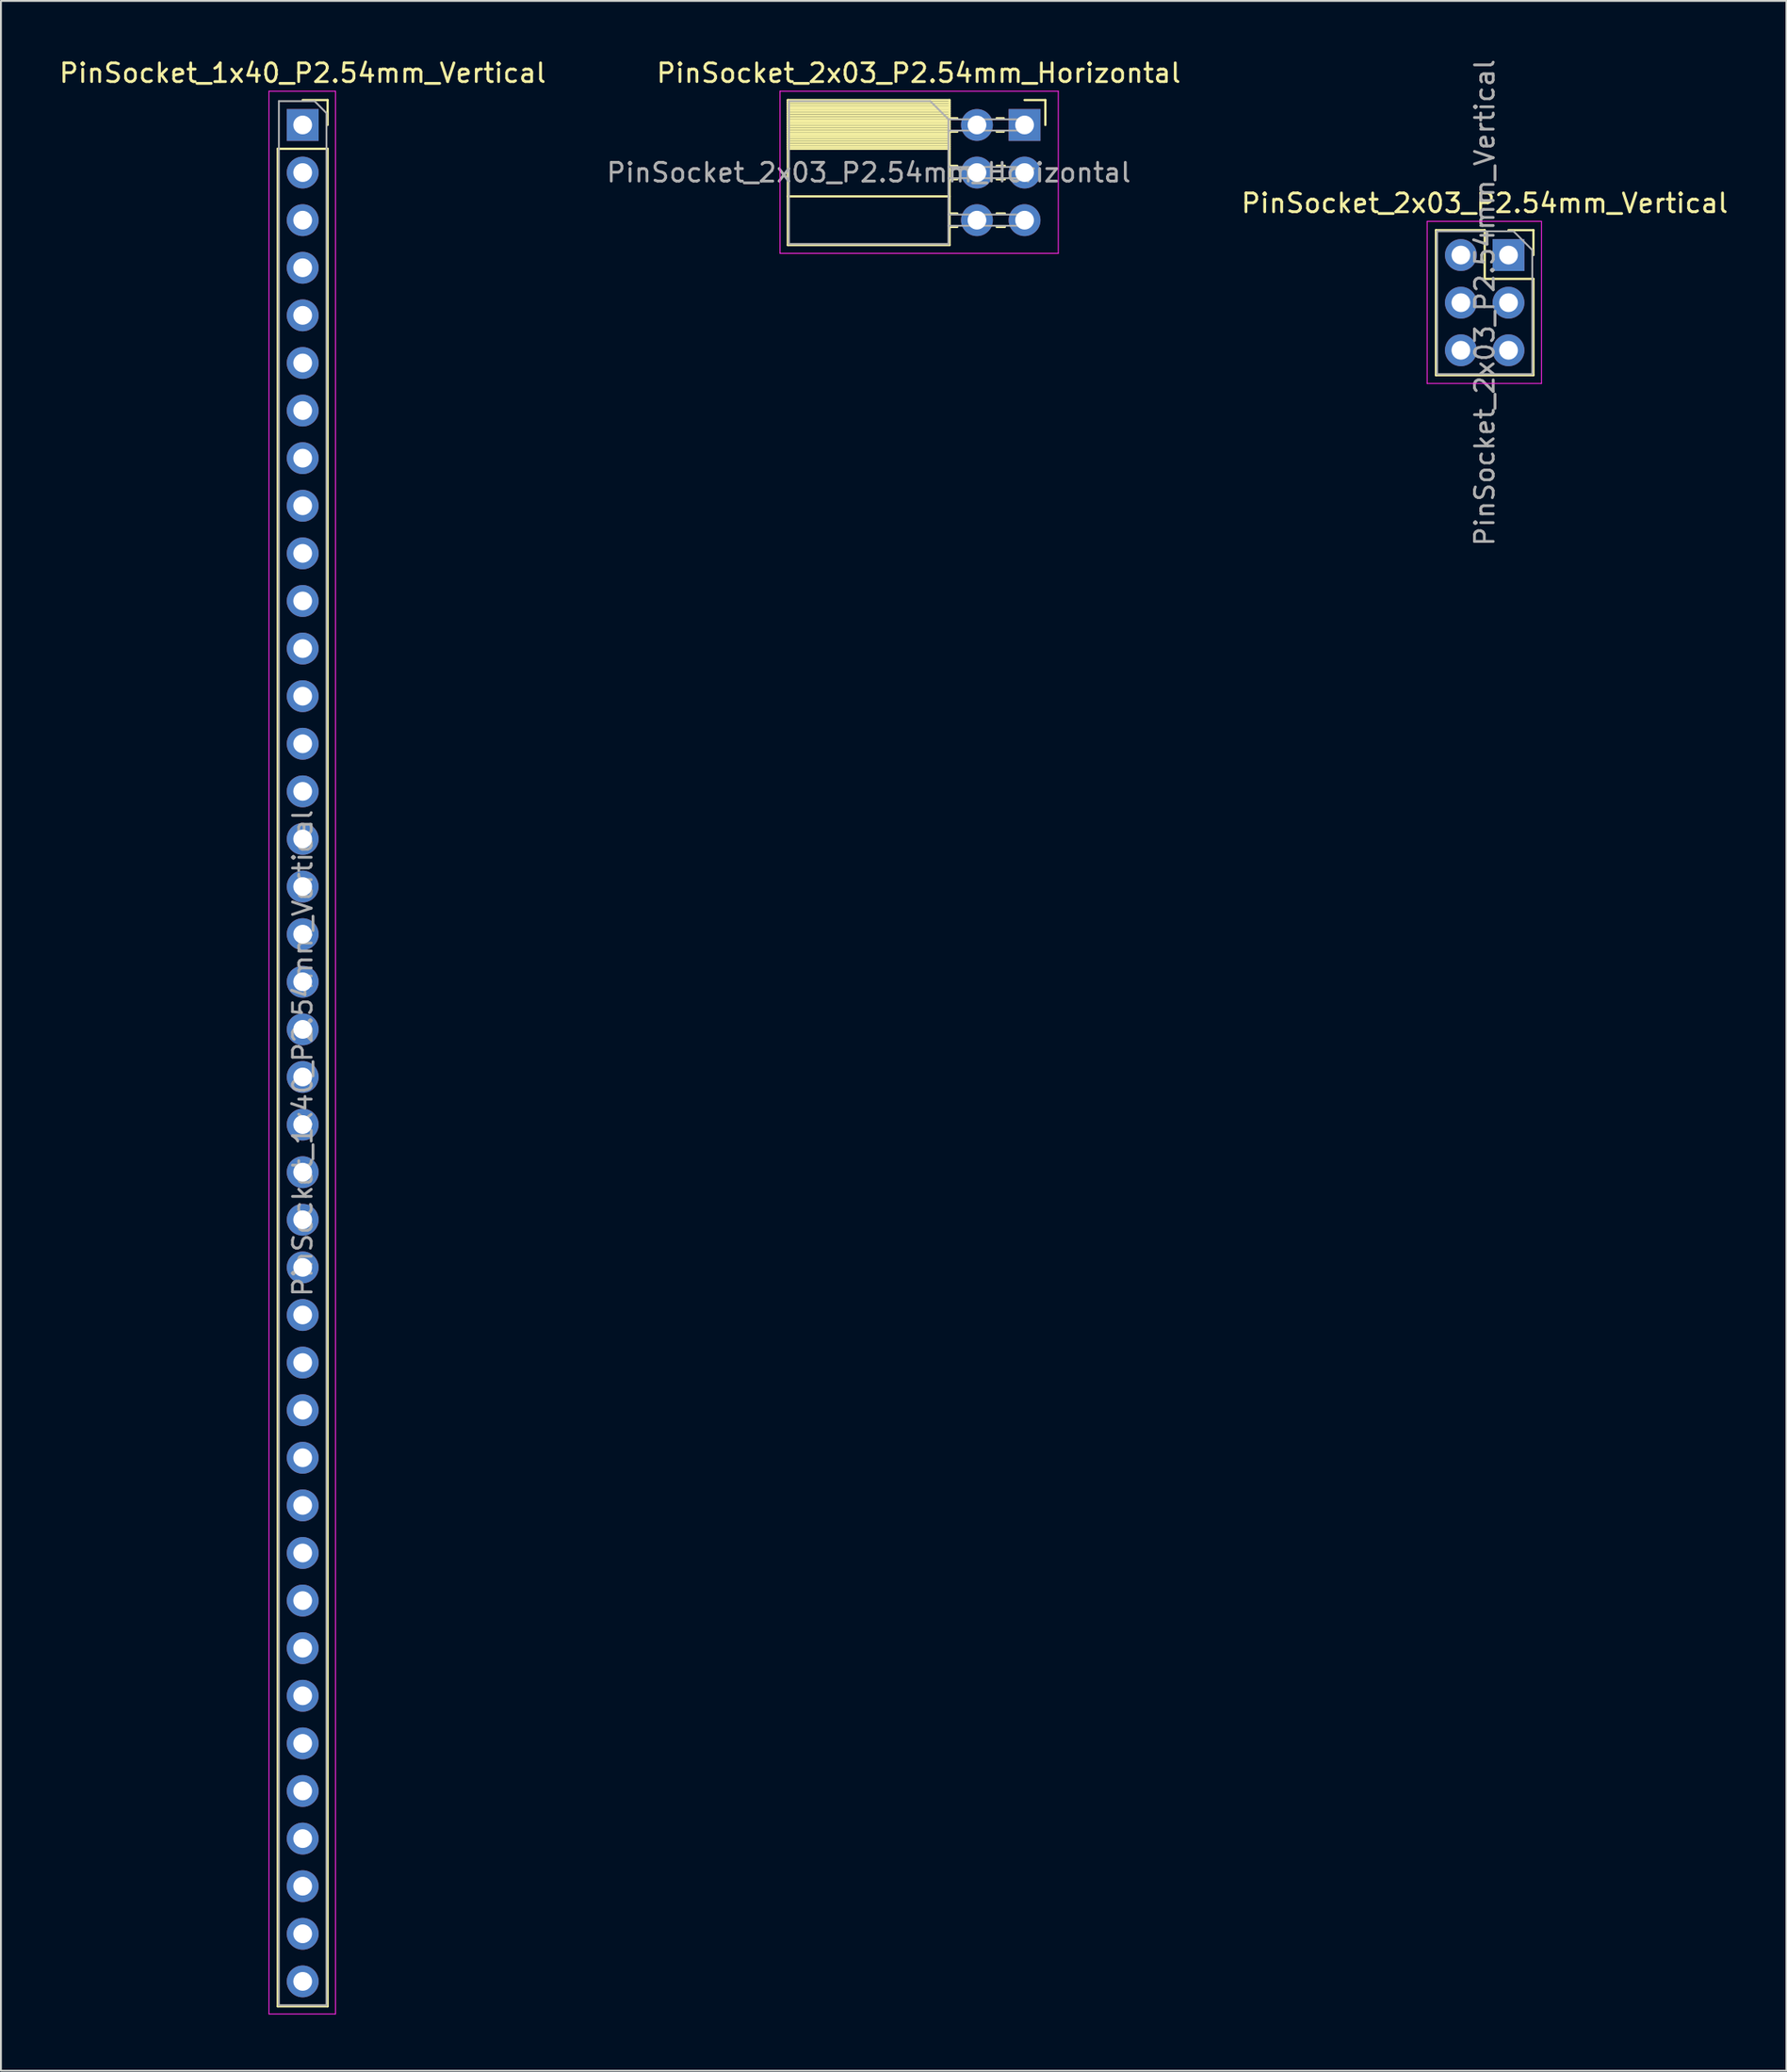
<source format=kicad_pcb>
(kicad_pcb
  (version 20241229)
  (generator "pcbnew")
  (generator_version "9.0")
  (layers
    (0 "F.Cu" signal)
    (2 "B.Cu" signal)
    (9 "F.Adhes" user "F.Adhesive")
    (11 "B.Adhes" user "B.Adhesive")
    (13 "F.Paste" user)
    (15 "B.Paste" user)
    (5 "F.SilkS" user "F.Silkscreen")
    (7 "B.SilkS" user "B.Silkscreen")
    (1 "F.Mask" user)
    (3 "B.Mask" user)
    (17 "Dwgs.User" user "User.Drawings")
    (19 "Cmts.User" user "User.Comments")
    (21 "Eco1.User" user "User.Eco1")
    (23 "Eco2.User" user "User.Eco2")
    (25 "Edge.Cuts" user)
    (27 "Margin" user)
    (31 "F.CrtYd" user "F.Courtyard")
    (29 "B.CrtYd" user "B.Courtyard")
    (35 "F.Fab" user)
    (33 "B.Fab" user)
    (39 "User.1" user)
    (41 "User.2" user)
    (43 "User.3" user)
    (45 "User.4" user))
  (footprint "PinSocket_2x03_P2.54mm_Vertical"
    (layer "F.Cu")
    (at 77.441 10.561)
    (property "Reference" "PinSocket_2x03_P2.54mm_Vertical" (at -1.27 -2.77 0) (layer "F.SilkS") (effects (font (size 1 1) (thickness 0.15))))
    (attr through_hole)
    (fp_line (start -3.87 -1.33) (end -3.87 6.41) (stroke (width 0.12) (type solid)) (layer "F.SilkS"))
    (fp_line (start -3.87 -1.33) (end -1.27 -1.33) (stroke (width 0.12) (type solid)) (layer "F.SilkS"))
    (fp_line (start -3.87 6.41) (end 1.33 6.41) (stroke (width 0.12) (type solid)) (layer "F.SilkS"))
    (fp_line (start -1.27 -1.33) (end -1.27 1.27) (stroke (width 0.12) (type solid)) (layer "F.SilkS"))
    (fp_line (start -1.27 1.27) (end 1.33 1.27) (stroke (width 0.12) (type solid)) (layer "F.SilkS"))
    (fp_line (start 0 -1.33) (end 1.33 -1.33) (stroke (width 0.12) (type solid)) (layer "F.SilkS"))
    (fp_line (start 1.33 -1.33) (end 1.33 0) (stroke (width 0.12) (type solid)) (layer "F.SilkS"))
    (fp_line (start 1.33 1.27) (end 1.33 6.41) (stroke (width 0.12) (type solid)) (layer "F.SilkS"))
    (fp_line (start -4.34 -1.8) (end 1.76 -1.8) (stroke (width 0.05) (type solid)) (layer "F.CrtYd"))
    (fp_line (start -4.34 6.85) (end -4.34 -1.8) (stroke (width 0.05) (type solid)) (layer "F.CrtYd"))
    (fp_line (start 1.76 -1.8) (end 1.76 6.85) (stroke (width 0.05) (type solid)) (layer "F.CrtYd"))
    (fp_line (start 1.76 6.85) (end -4.34 6.85) (stroke (width 0.05) (type solid)) (layer "F.CrtYd"))
    (fp_line (start -3.81 -1.27) (end 0.27 -1.27) (stroke (width 0.1) (type solid)) (layer "F.Fab"))
    (fp_line (start -3.81 6.35) (end -3.81 -1.27) (stroke (width 0.1) (type solid)) (layer "F.Fab"))
    (fp_line (start 0.27 -1.27) (end 1.27 -0.27) (stroke (width 0.1) (type solid)) (layer "F.Fab"))
    (fp_line (start 1.27 -0.27) (end 1.27 6.35) (stroke (width 0.1) (type solid)) (layer "F.Fab"))
    (fp_line (start 1.27 6.35) (end -3.81 6.35) (stroke (width 0.1) (type solid)) (layer "F.Fab"))
    (fp_text user "${REFERENCE}" (at -1.27 2.54 90) (layer "F.Fab") (effects (font (size 1 1) (thickness 0.15))))
    (pad "1" thru_hole rect (at 0 0) (size 1.7 1.7) (drill 1) (layers "*.Cu" "*.Mask"))
    (pad "2" thru_hole oval (at -2.54 0) (size 1.7 1.7) (drill 1) (layers "*.Cu" "*.Mask"))
    (pad "3" thru_hole oval (at 0 2.54) (size 1.7 1.7) (drill 1) (layers "*.Cu" "*.Mask"))
    (pad "4" thru_hole oval (at -2.54 2.54) (size 1.7 1.7) (drill 1) (layers "*.Cu" "*.Mask"))
    (pad "5" thru_hole oval (at 0 5.08) (size 1.7 1.7) (drill 1) (layers "*.Cu" "*.Mask"))
    (pad "6" thru_hole oval (at -2.54 5.08) (size 1.7 1.7) (drill 1) (layers "*.Cu" "*.Mask")))
  (footprint "PinSocket_2x03_P2.54mm_Horizontal"
    (layer "F.Cu")
    (at 51.619 3.618)
    (property "Reference" "PinSocket_2x03_P2.54mm_Horizontal" (at -5.65 -2.77 0) (layer "F.SilkS") (effects (font (size 1 1) (thickness 0.15))))
    (attr through_hole)
    (fp_line (start -12.63 -1.33) (end -12.63 6.41) (stroke (width 0.12) (type solid)) (layer "F.SilkS"))
    (fp_line (start -12.63 -1.33) (end -4 -1.33) (stroke (width 0.12) (type solid)) (layer "F.SilkS"))
    (fp_line (start -12.63 -1.21) (end -4 -1.21) (stroke (width 0.12) (type solid)) (layer "F.SilkS"))
    (fp_line (start -12.63 -1.092) (end -4 -1.092) (stroke (width 0.12) (type solid)) (layer "F.SilkS"))
    (fp_line (start -12.63 -0.974) (end -4 -0.974) (stroke (width 0.12) (type solid)) (layer "F.SilkS"))
    (fp_line (start -12.63 -0.856) (end -4 -0.856) (stroke (width 0.12) (type solid)) (layer "F.SilkS"))
    (fp_line (start -12.63 -0.738) (end -4 -0.738) (stroke (width 0.12) (type solid)) (layer "F.SilkS"))
    (fp_line (start -12.63 -0.62) (end -4 -0.62) (stroke (width 0.12) (type solid)) (layer "F.SilkS"))
    (fp_line (start -12.63 -0.501) (end -4 -0.501) (stroke (width 0.12) (type solid)) (layer "F.SilkS"))
    (fp_line (start -12.63 -0.383) (end -4 -0.383) (stroke (width 0.12) (type solid)) (layer "F.SilkS"))
    (fp_line (start -12.63 -0.265) (end -4 -0.265) (stroke (width 0.12) (type solid)) (layer "F.SilkS"))
    (fp_line (start -12.63 -0.147) (end -4 -0.147) (stroke (width 0.12) (type solid)) (layer "F.SilkS"))
    (fp_line (start -12.63 -0.029) (end -4 -0.029) (stroke (width 0.12) (type solid)) (layer "F.SilkS"))
    (fp_line (start -12.63 0.089) (end -4 0.089) (stroke (width 0.12) (type solid)) (layer "F.SilkS"))
    (fp_line (start -12.63 0.207) (end -4 0.207) (stroke (width 0.12) (type solid)) (layer "F.SilkS"))
    (fp_line (start -12.63 0.325) (end -4 0.325) (stroke (width 0.12) (type solid)) (layer "F.SilkS"))
    (fp_line (start -12.63 0.443) (end -4 0.443) (stroke (width 0.12) (type solid)) (layer "F.SilkS"))
    (fp_line (start -12.63 0.561) (end -4 0.561) (stroke (width 0.12) (type solid)) (layer "F.SilkS"))
    (fp_line (start -12.63 0.68) (end -4 0.68) (stroke (width 0.12) (type solid)) (layer "F.SilkS"))
    (fp_line (start -12.63 0.798) (end -4 0.798) (stroke (width 0.12) (type solid)) (layer "F.SilkS"))
    (fp_line (start -12.63 0.916) (end -4 0.916) (stroke (width 0.12) (type solid)) (layer "F.SilkS"))
    (fp_line (start -12.63 1.034) (end -4 1.034) (stroke (width 0.12) (type solid)) (layer "F.SilkS"))
    (fp_line (start -12.63 1.152) (end -4 1.152) (stroke (width 0.12) (type solid)) (layer "F.SilkS"))
    (fp_line (start -12.63 1.27) (end -4 1.27) (stroke (width 0.12) (type solid)) (layer "F.SilkS"))
    (fp_line (start -12.63 3.81) (end -4 3.81) (stroke (width 0.12) (type solid)) (layer "F.SilkS"))
    (fp_line (start -12.63 6.41) (end -4 6.41) (stroke (width 0.12) (type solid)) (layer "F.SilkS"))
    (fp_line (start -4 -1.33) (end -4 6.41) (stroke (width 0.12) (type solid)) (layer "F.SilkS"))
    (fp_line (start -4 -0.36) (end -3.59 -0.36) (stroke (width 0.12) (type solid)) (layer "F.SilkS"))
    (fp_line (start -4 0.36) (end -3.59 0.36) (stroke (width 0.12) (type solid)) (layer "F.SilkS"))
    (fp_line (start -4 2.18) (end -3.59 2.18) (stroke (width 0.12) (type solid)) (layer "F.SilkS"))
    (fp_line (start -4 2.9) (end -3.59 2.9) (stroke (width 0.12) (type solid)) (layer "F.SilkS"))
    (fp_line (start -4 4.72) (end -3.59 4.72) (stroke (width 0.12) (type solid)) (layer "F.SilkS"))
    (fp_line (start -4 5.44) (end -3.59 5.44) (stroke (width 0.12) (type solid)) (layer "F.SilkS"))
    (fp_line (start -1.49 -0.36) (end -1.11 -0.36) (stroke (width 0.12) (type solid)) (layer "F.SilkS"))
    (fp_line (start -1.49 0.36) (end -1.11 0.36) (stroke (width 0.12) (type solid)) (layer "F.SilkS"))
    (fp_line (start -1.49 2.18) (end -1.05 2.18) (stroke (width 0.12) (type solid)) (layer "F.SilkS"))
    (fp_line (start -1.49 2.9) (end -1.05 2.9) (stroke (width 0.12) (type solid)) (layer "F.SilkS"))
    (fp_line (start -1.49 4.72) (end -1.05 4.72) (stroke (width 0.12) (type solid)) (layer "F.SilkS"))
    (fp_line (start -1.49 5.44) (end -1.05 5.44) (stroke (width 0.12) (type solid)) (layer "F.SilkS"))
    (fp_line (start 0 -1.33) (end 1.11 -1.33) (stroke (width 0.12) (type solid)) (layer "F.SilkS"))
    (fp_line (start 1.11 -1.33) (end 1.11 0) (stroke (width 0.12) (type solid)) (layer "F.SilkS"))
    (fp_line (start -13.05 -1.8) (end -13.05 6.85) (stroke (width 0.05) (type solid)) (layer "F.CrtYd"))
    (fp_line (start -13.05 6.85) (end 1.8 6.85) (stroke (width 0.05) (type solid)) (layer "F.CrtYd"))
    (fp_line (start 1.8 -1.8) (end -13.05 -1.8) (stroke (width 0.05) (type solid)) (layer "F.CrtYd"))
    (fp_line (start 1.8 6.85) (end 1.8 -1.8) (stroke (width 0.05) (type solid)) (layer "F.CrtYd"))
    (fp_line (start -12.57 -1.27) (end -5.03 -1.27) (stroke (width 0.1) (type solid)) (layer "F.Fab"))
    (fp_line (start -12.57 6.35) (end -12.57 -1.27) (stroke (width 0.1) (type solid)) (layer "F.Fab"))
    (fp_line (start -5.03 -1.27) (end -4.06 -0.3) (stroke (width 0.1) (type solid)) (layer "F.Fab"))
    (fp_line (start -4.06 -0.3) (end -4.06 6.35) (stroke (width 0.1) (type solid)) (layer "F.Fab"))
    (fp_line (start -4.06 0.3) (end 0 0.3) (stroke (width 0.1) (type solid)) (layer "F.Fab"))
    (fp_line (start -4.06 2.84) (end 0 2.84) (stroke (width 0.1) (type solid)) (layer "F.Fab"))
    (fp_line (start -4.06 5.38) (end 0 5.38) (stroke (width 0.1) (type solid)) (layer "F.Fab"))
    (fp_line (start -4.06 6.35) (end -12.57 6.35) (stroke (width 0.1) (type solid)) (layer "F.Fab"))
    (fp_line (start 0 -0.3) (end -4.06 -0.3) (stroke (width 0.1) (type solid)) (layer "F.Fab"))
    (fp_line (start 0 0.3) (end 0 -0.3) (stroke (width 0.1) (type solid)) (layer "F.Fab"))
    (fp_line (start 0 2.24) (end -4.06 2.24) (stroke (width 0.1) (type solid)) (layer "F.Fab"))
    (fp_line (start 0 2.84) (end 0 2.24) (stroke (width 0.1) (type solid)) (layer "F.Fab"))
    (fp_line (start 0 4.78) (end -4.06 4.78) (stroke (width 0.1) (type solid)) (layer "F.Fab"))
    (fp_line (start 0 5.38) (end 0 4.78) (stroke (width 0.1) (type solid)) (layer "F.Fab"))
    (fp_text user "${REFERENCE}" (at -8.315 2.54 0) (layer "F.Fab") (effects (font (size 1 1) (thickness 0.15))))
    (pad "1" thru_hole rect (at 0 0) (size 1.7 1.7) (drill 1) (layers "*.Cu" "*.Mask"))
    (pad "2" thru_hole oval (at -2.54 0) (size 1.7 1.7) (drill 1) (layers "*.Cu" "*.Mask"))
    (pad "3" thru_hole oval (at 0 2.54) (size 1.7 1.7) (drill 1) (layers "*.Cu" "*.Mask"))
    (pad "4" thru_hole oval (at -2.54 2.54) (size 1.7 1.7) (drill 1) (layers "*.Cu" "*.Mask"))
    (pad "5" thru_hole oval (at 0 5.08) (size 1.7 1.7) (drill 1) (layers "*.Cu" "*.Mask"))
    (pad "6" thru_hole oval (at -2.54 5.08) (size 1.7 1.7) (drill 1) (layers "*.Cu" "*.Mask")))
  (footprint "PinSocket_1x40_P2.54mm_Vertical"
    (layer "F.Cu")
    (at 13.101 3.618)
    (property "Reference" "PinSocket_1x40_P2.54mm_Vertical" (at 0 -2.77 0) (layer "F.SilkS") (effects (font (size 1 1) (thickness 0.15))))
    (attr through_hole)
    (fp_line (start -1.33 1.27) (end -1.33 100.39) (stroke (width 0.12) (type solid)) (layer "F.SilkS"))
    (fp_line (start -1.33 1.27) (end 1.33 1.27) (stroke (width 0.12) (type solid)) (layer "F.SilkS"))
    (fp_line (start -1.33 100.39) (end 1.33 100.39) (stroke (width 0.12) (type solid)) (layer "F.SilkS"))
    (fp_line (start 0 -1.33) (end 1.33 -1.33) (stroke (width 0.12) (type solid)) (layer "F.SilkS"))
    (fp_line (start 1.33 -1.33) (end 1.33 0) (stroke (width 0.12) (type solid)) (layer "F.SilkS"))
    (fp_line (start 1.33 1.27) (end 1.33 100.39) (stroke (width 0.12) (type solid)) (layer "F.SilkS"))
    (fp_line (start -1.8 -1.8) (end 1.75 -1.8) (stroke (width 0.05) (type solid)) (layer "F.CrtYd"))
    (fp_line (start -1.8 100.8) (end -1.8 -1.8) (stroke (width 0.05) (type solid)) (layer "F.CrtYd"))
    (fp_line (start 1.75 -1.8) (end 1.75 100.8) (stroke (width 0.05) (type solid)) (layer "F.CrtYd"))
    (fp_line (start 1.75 100.8) (end -1.8 100.8) (stroke (width 0.05) (type solid)) (layer "F.CrtYd"))
    (fp_line (start -1.27 -1.27) (end 0.635 -1.27) (stroke (width 0.1) (type solid)) (layer "F.Fab"))
    (fp_line (start -1.27 100.33) (end -1.27 -1.27) (stroke (width 0.1) (type solid)) (layer "F.Fab"))
    (fp_line (start 0.635 -1.27) (end 1.27 -0.635) (stroke (width 0.1) (type solid)) (layer "F.Fab"))
    (fp_line (start 1.27 -0.635) (end 1.27 100.33) (stroke (width 0.1) (type solid)) (layer "F.Fab"))
    (fp_line (start 1.27 100.33) (end -1.27 100.33) (stroke (width 0.1) (type solid)) (layer "F.Fab"))
    (fp_text user "${REFERENCE}" (at 0 49.53 90) (layer "F.Fab") (effects (font (size 1 1) (thickness 0.15))))
    (pad "1" thru_hole rect (at 0 0) (size 1.7 1.7) (drill 1) (layers "*.Cu" "*.Mask"))
    (pad "2" thru_hole oval (at 0 2.54) (size 1.7 1.7) (drill 1) (layers "*.Cu" "*.Mask"))
    (pad "3" thru_hole oval (at 0 5.08) (size 1.7 1.7) (drill 1) (layers "*.Cu" "*.Mask"))
    (pad "4" thru_hole oval (at 0 7.62) (size 1.7 1.7) (drill 1) (layers "*.Cu" "*.Mask"))
    (pad "5" thru_hole oval (at 0 10.16) (size 1.7 1.7) (drill 1) (layers "*.Cu" "*.Mask"))
    (pad "6" thru_hole oval (at 0 12.7) (size 1.7 1.7) (drill 1) (layers "*.Cu" "*.Mask"))
    (pad "7" thru_hole oval (at 0 15.24) (size 1.7 1.7) (drill 1) (layers "*.Cu" "*.Mask"))
    (pad "8" thru_hole oval (at 0 17.78) (size 1.7 1.7) (drill 1) (layers "*.Cu" "*.Mask"))
    (pad "9" thru_hole oval (at 0 20.32) (size 1.7 1.7) (drill 1) (layers "*.Cu" "*.Mask"))
    (pad "10" thru_hole oval (at 0 22.86) (size 1.7 1.7) (drill 1) (layers "*.Cu" "*.Mask"))
    (pad "11" thru_hole oval (at 0 25.4) (size 1.7 1.7) (drill 1) (layers "*.Cu" "*.Mask"))
    (pad "12" thru_hole oval (at 0 27.94) (size 1.7 1.7) (drill 1) (layers "*.Cu" "*.Mask"))
    (pad "13" thru_hole oval (at 0 30.48) (size 1.7 1.7) (drill 1) (layers "*.Cu" "*.Mask"))
    (pad "14" thru_hole oval (at 0 33.02) (size 1.7 1.7) (drill 1) (layers "*.Cu" "*.Mask"))
    (pad "15" thru_hole oval (at 0 35.56) (size 1.7 1.7) (drill 1) (layers "*.Cu" "*.Mask"))
    (pad "16" thru_hole oval (at 0 38.1) (size 1.7 1.7) (drill 1) (layers "*.Cu" "*.Mask"))
    (pad "17" thru_hole oval (at 0 40.64) (size 1.7 1.7) (drill 1) (layers "*.Cu" "*.Mask"))
    (pad "18" thru_hole oval (at 0 43.18) (size 1.7 1.7) (drill 1) (layers "*.Cu" "*.Mask"))
    (pad "19" thru_hole oval (at 0 45.72) (size 1.7 1.7) (drill 1) (layers "*.Cu" "*.Mask"))
    (pad "20" thru_hole oval (at 0 48.26) (size 1.7 1.7) (drill 1) (layers "*.Cu" "*.Mask"))
    (pad "21" thru_hole oval (at 0 50.8) (size 1.7 1.7) (drill 1) (layers "*.Cu" "*.Mask"))
    (pad "22" thru_hole oval (at 0 53.34) (size 1.7 1.7) (drill 1) (layers "*.Cu" "*.Mask"))
    (pad "23" thru_hole oval (at 0 55.88) (size 1.7 1.7) (drill 1) (layers "*.Cu" "*.Mask"))
    (pad "24" thru_hole oval (at 0 58.42) (size 1.7 1.7) (drill 1) (layers "*.Cu" "*.Mask"))
    (pad "25" thru_hole oval (at 0 60.96) (size 1.7 1.7) (drill 1) (layers "*.Cu" "*.Mask"))
    (pad "26" thru_hole oval (at 0 63.5) (size 1.7 1.7) (drill 1) (layers "*.Cu" "*.Mask"))
    (pad "27" thru_hole oval (at 0 66.04) (size 1.7 1.7) (drill 1) (layers "*.Cu" "*.Mask"))
    (pad "28" thru_hole oval (at 0 68.58) (size 1.7 1.7) (drill 1) (layers "*.Cu" "*.Mask"))
    (pad "29" thru_hole oval (at 0 71.12) (size 1.7 1.7) (drill 1) (layers "*.Cu" "*.Mask"))
    (pad "30" thru_hole oval (at 0 73.66) (size 1.7 1.7) (drill 1) (layers "*.Cu" "*.Mask"))
    (pad "31" thru_hole oval (at 0 76.2) (size 1.7 1.7) (drill 1) (layers "*.Cu" "*.Mask"))
    (pad "32" thru_hole oval (at 0 78.74) (size 1.7 1.7) (drill 1) (layers "*.Cu" "*.Mask"))
    (pad "33" thru_hole oval (at 0 81.28) (size 1.7 1.7) (drill 1) (layers "*.Cu" "*.Mask"))
    (pad "34" thru_hole oval (at 0 83.82) (size 1.7 1.7) (drill 1) (layers "*.Cu" "*.Mask"))
    (pad "35" thru_hole oval (at 0 86.36) (size 1.7 1.7) (drill 1) (layers "*.Cu" "*.Mask"))
    (pad "36" thru_hole oval (at 0 88.9) (size 1.7 1.7) (drill 1) (layers "*.Cu" "*.Mask"))
    (pad "37" thru_hole oval (at 0 91.44) (size 1.7 1.7) (drill 1) (layers "*.Cu" "*.Mask"))
    (pad "38" thru_hole oval (at 0 93.98) (size 1.7 1.7) (drill 1) (layers "*.Cu" "*.Mask"))
    (pad "39" thru_hole oval (at 0 96.52) (size 1.7 1.7) (drill 1) (layers "*.Cu" "*.Mask"))
    (pad "40" thru_hole oval (at 0 99.06) (size 1.7 1.7) (drill 1) (layers "*.Cu" "*.Mask")))
  (gr_rect
    (start -3 -3)
    (end 92.272 107.443)
    (stroke (width 0.1) (type default))
    (fill no)
    (layer "Edge.Cuts")))
</source>
